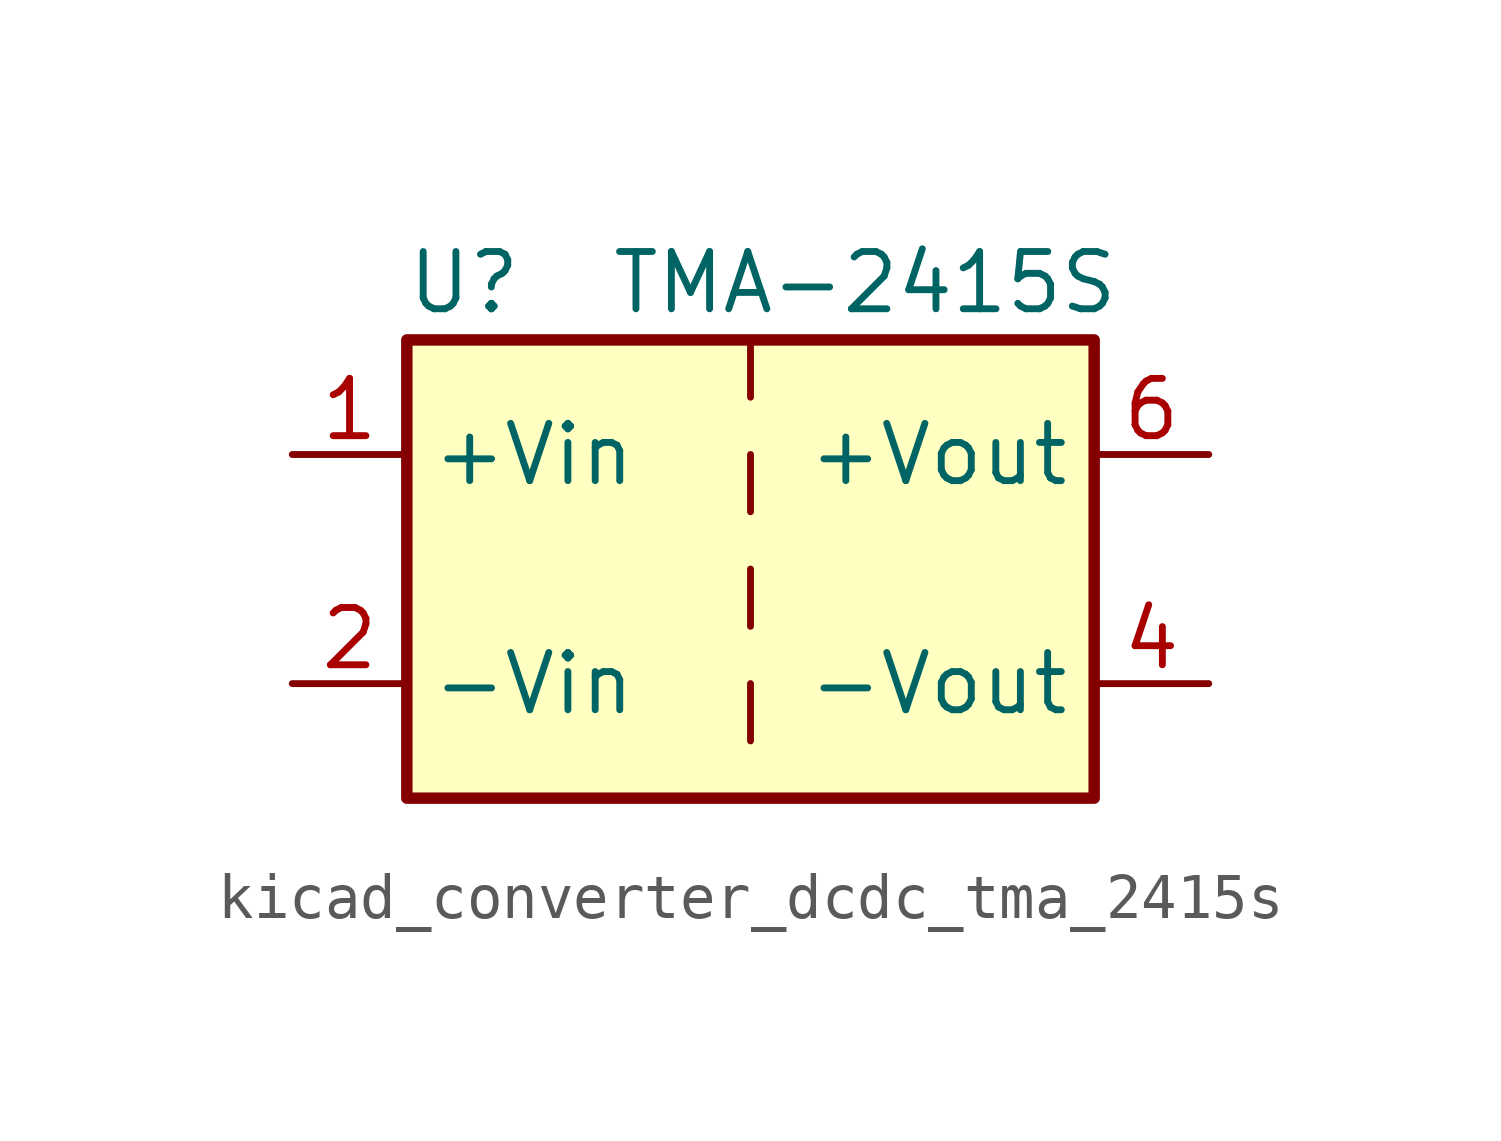
<source format=kicad_sym>
(kicad_symbol_lib
  (version 20220914)
  (generator kicad_symbol_editor)
  (symbol "kicad_converter_dcdc_tma_2415s"
    (property "Reference" "U"
      (at -6.35 6.35 0)
      (effects (font (size 1.27 1.27))))
    (property "Value" "TMA-2415S"
      (at 2.54 6.35 0)
      (effects (font (size 1.27 1.27))))
    (symbol "kicad_converter_dcdc_tma_2415s_0_1"
      (rectangle (start -7.62 5.08) (end 7.62 -5.08) (stroke (width 0.254) (type default)) (fill (type background)))
      (polyline (pts (xy 0 -2.54) (xy 0 -3.81)) (stroke (width 0) (type default)) (fill (type none)))
      (polyline (pts (xy 0 0) (xy 0 -1.27)) (stroke (width 0) (type default)) (fill (type none)))
      (polyline (pts (xy 0 2.54) (xy 0 1.27)) (stroke (width 0) (type default)) (fill (type none)))
      (polyline (pts (xy 0 5.08) (xy 0 3.81)) (stroke (width 0) (type default)) (fill (type none))))
    (symbol "kicad_converter_dcdc_tma_2415s_1_1"
      (pin power_in line (at -10.16 2.54 0) (length 2.54) (name "+Vin" (effects (font (size 1.27 1.27)))) (number "1" (effects (font (size 1.27 1.27)))))
      (pin power_in line (at -10.16 -2.54 0) (length 2.54) (name "-Vin" (effects (font (size 1.27 1.27)))) (number "2" (effects (font (size 1.27 1.27)))))
      (pin power_out line (at 10.16 -2.54 180) (length 2.54) (name "-Vout" (effects (font (size 1.27 1.27)))) (number "4" (effects (font (size 1.27 1.27)))))
      (pin power_out line (at 10.16 2.54 180) (length 2.54) (name "+Vout" (effects (font (size 1.27 1.27)))) (number "6" (effects (font (size 1.27 1.27))))))))
</source>
